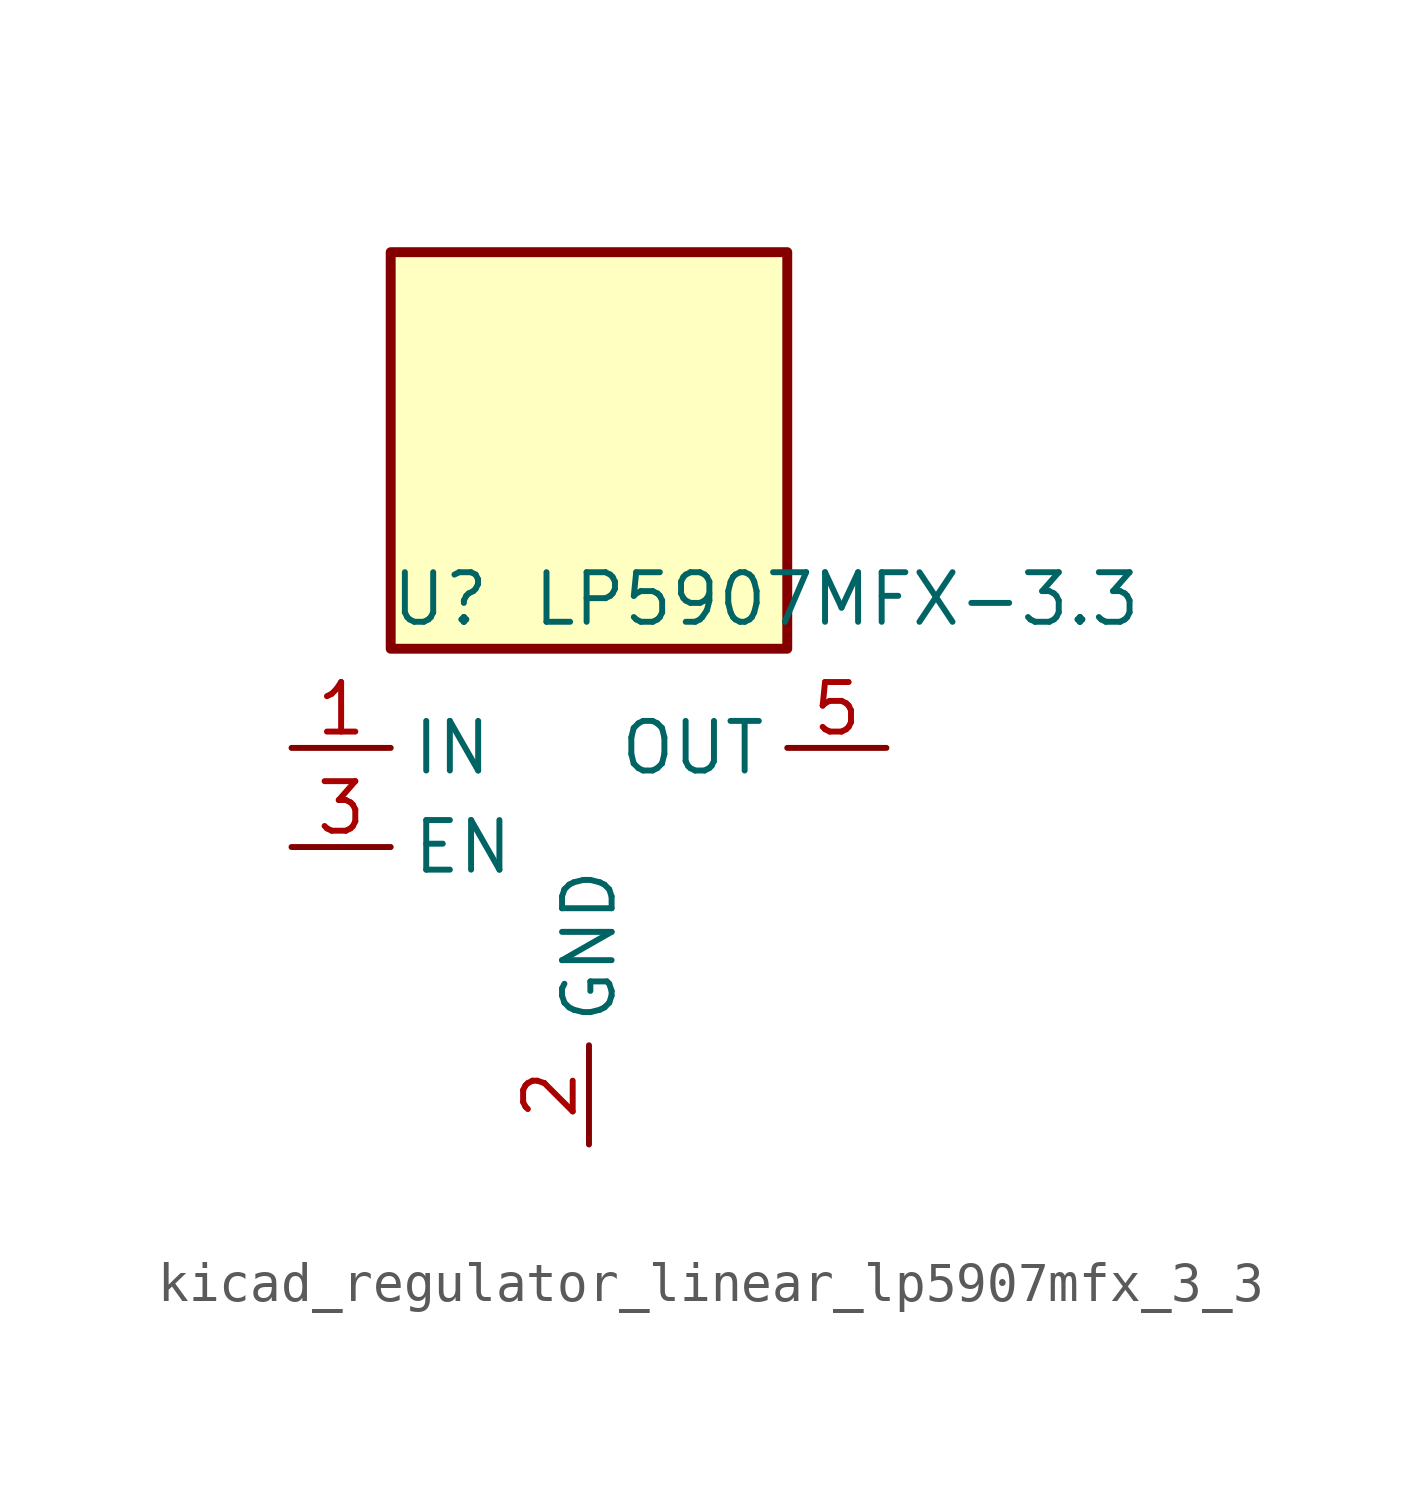
<source format=kicad_sym>
(kicad_symbol_lib
  (version 20220914)
  (generator kicad_symbol_editor)
  (symbol "kicad_regulator_linear_lp5907mfx_3_3"
    (property "Reference" "U"
      (at -3.81 6.35 0)
      (effects (font (size 1.27 1.27))))
    (property "Value" "LP5907MFX-3.3"
      (at 6.35 6.35 0)
      (effects (font (size 1.27 1.27))))
    (symbol "kicad_regulator_linear_lp5907mfx_3_3_0_1"
      (rectangle (start 5.08 15.24) (end -5.08 5.08) (stroke (width 0.254) (type default)) (fill (type background)))
      (pin power_in line (at -7.62 2.54 0) (length 2.54) (name "IN" (effects (font (size 1.27 1.27)))) (number "1" (effects (font (size 1.27 1.27)))))
      (pin power_in line (at 0 -7.62 90) (length 2.54) (name "GND" (effects (font (size 1.27 1.27)))) (number "2" (effects (font (size 1.27 1.27)))))
      (pin input line (at -7.62 0 0) (length 2.54) (name "EN" (effects (font (size 1.27 1.27)))) (number "3" (effects (font (size 1.27 1.27)))))
      (pin no_connect line (at 5.08 0 180) (length 2.54) hide (name "NC" (effects (font (size 1.27 1.27)))) (number "4" (effects (font (size 1.27 1.27)))))
      (pin power_out line (at 7.62 2.54 180) (length 2.54) (name "OUT" (effects (font (size 1.27 1.27)))) (number "5" (effects (font (size 1.27 1.27))))))))
</source>
